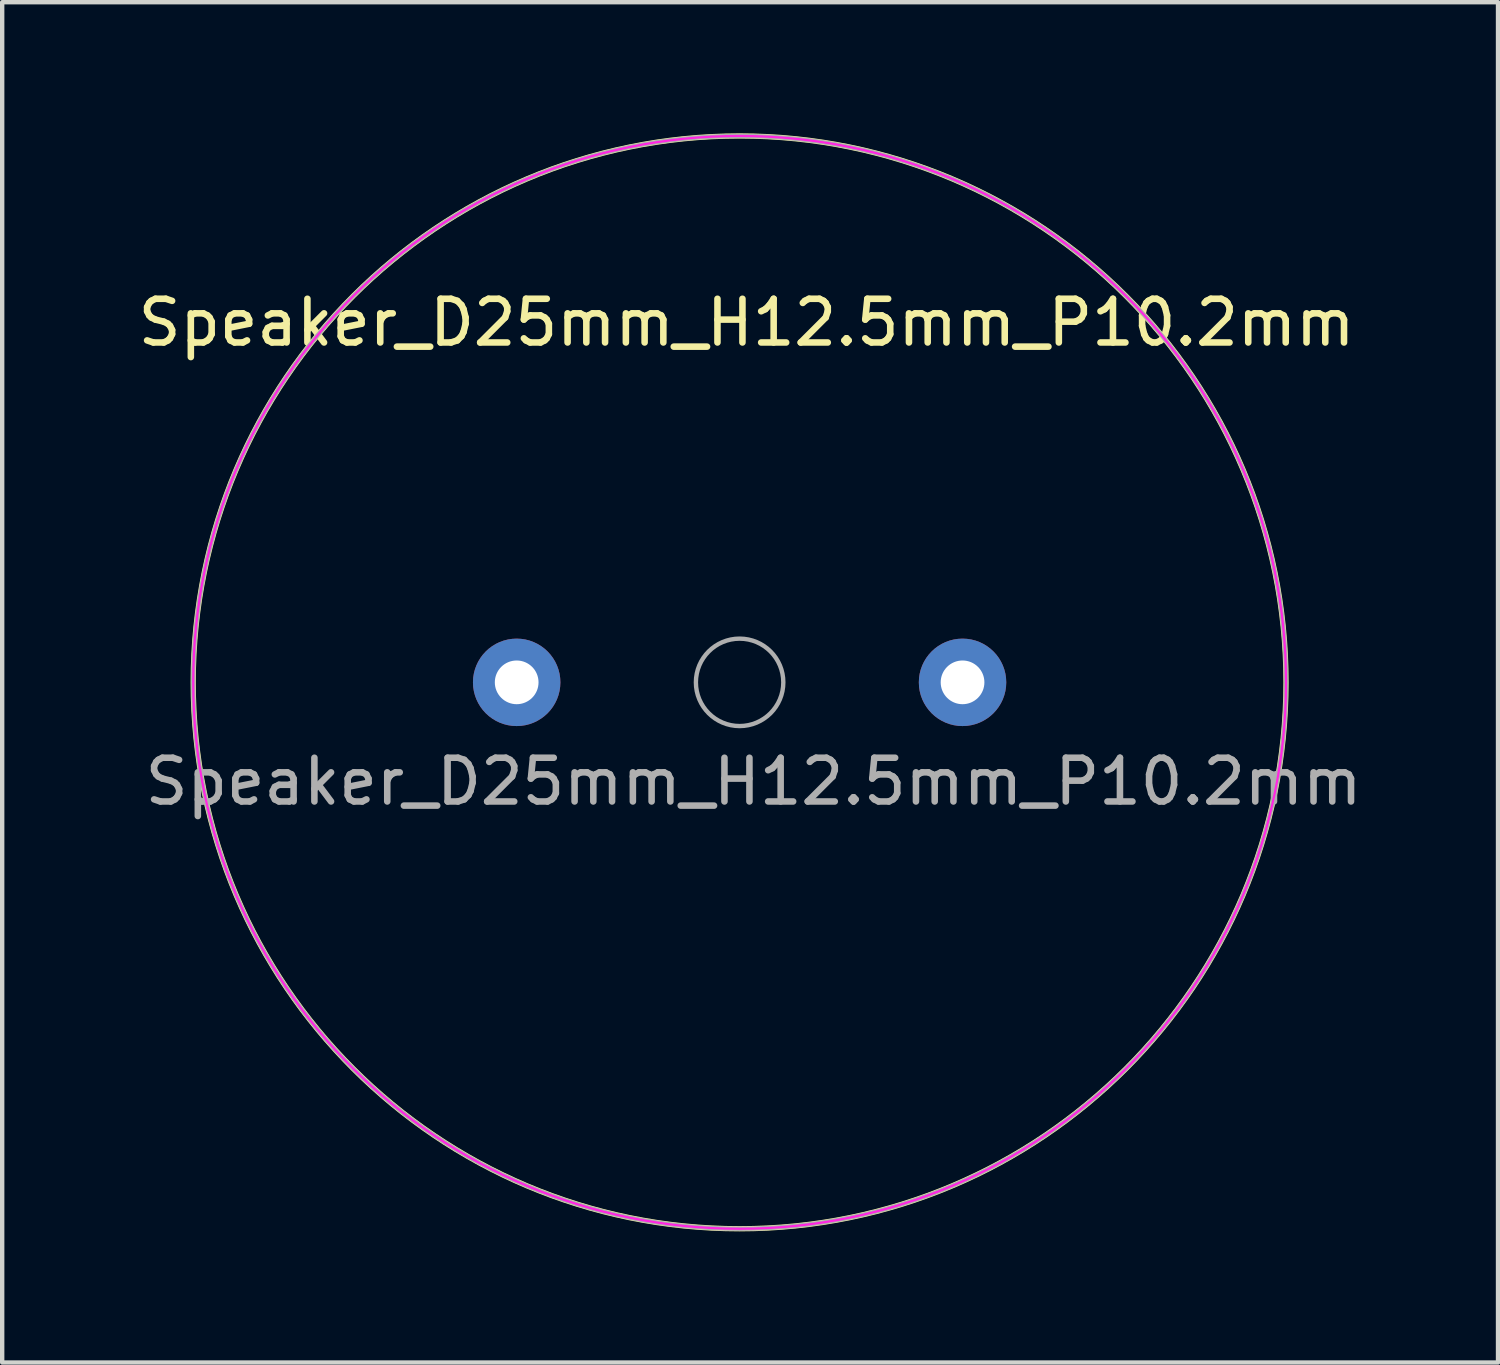
<source format=kicad_pcb>
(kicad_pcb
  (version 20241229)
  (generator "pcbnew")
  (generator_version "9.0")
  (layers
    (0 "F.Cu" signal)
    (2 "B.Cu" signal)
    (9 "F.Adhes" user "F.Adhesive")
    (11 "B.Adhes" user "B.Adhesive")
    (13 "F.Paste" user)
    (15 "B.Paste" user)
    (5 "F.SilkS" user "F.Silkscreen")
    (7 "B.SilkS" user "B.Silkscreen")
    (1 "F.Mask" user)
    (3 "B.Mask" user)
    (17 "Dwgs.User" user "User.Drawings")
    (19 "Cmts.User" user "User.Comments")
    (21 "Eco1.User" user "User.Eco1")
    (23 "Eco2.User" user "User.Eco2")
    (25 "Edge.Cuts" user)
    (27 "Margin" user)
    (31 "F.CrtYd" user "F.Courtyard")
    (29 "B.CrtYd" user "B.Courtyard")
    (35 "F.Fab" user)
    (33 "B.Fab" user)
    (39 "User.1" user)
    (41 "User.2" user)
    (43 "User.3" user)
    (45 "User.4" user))
  (footprint "Speaker_D25mm_H12.5mm_P10.2mm"
    (layer "F.Cu")
    (at 13.87 12.56)
    (property "Reference" "Speaker_D25mm_H12.5mm_P10.2mm" (at 0.16 -8.23 0) (layer "F.SilkS") (effects (font (size 1 1) (thickness 0.15))))
    (attr through_hole)
    (fp_circle (center 0 0) (end 12.5 0) (stroke (width 0.12) (type solid)) (fill no) (layer "F.SilkS"))
    (fp_circle (center 0 0) (end 12.5 0) (stroke (width 0.05) (type solid)) (fill no) (layer "F.CrtYd"))
    (fp_circle (center 0 0) (end 1 0) (stroke (width 0.1) (type solid)) (fill no) (layer "F.Fab"))
    (fp_circle (center 0 0) (end 12.5 0) (stroke (width 0.1) (type solid)) (fill no) (layer "F.Fab"))
    (fp_text user "${REFERENCE}" (at 0.32 2.27 0) (layer "F.Fab") (effects (font (size 1 1) (thickness 0.15))))
    (pad "1" thru_hole circle (at -5.1 0) (size 2 2) (drill 1) (layers "*.Cu" "*.Mask"))
    (pad "2" thru_hole circle (at 5.1 0) (size 2 2) (drill 1) (layers "*.Cu" "*.Mask")))
  (gr_rect
    (start -3 -3)
    (end 31.22 28.12)
    (stroke (width 0.1) (type default))
    (fill no)
    (layer "Edge.Cuts")))
</source>
